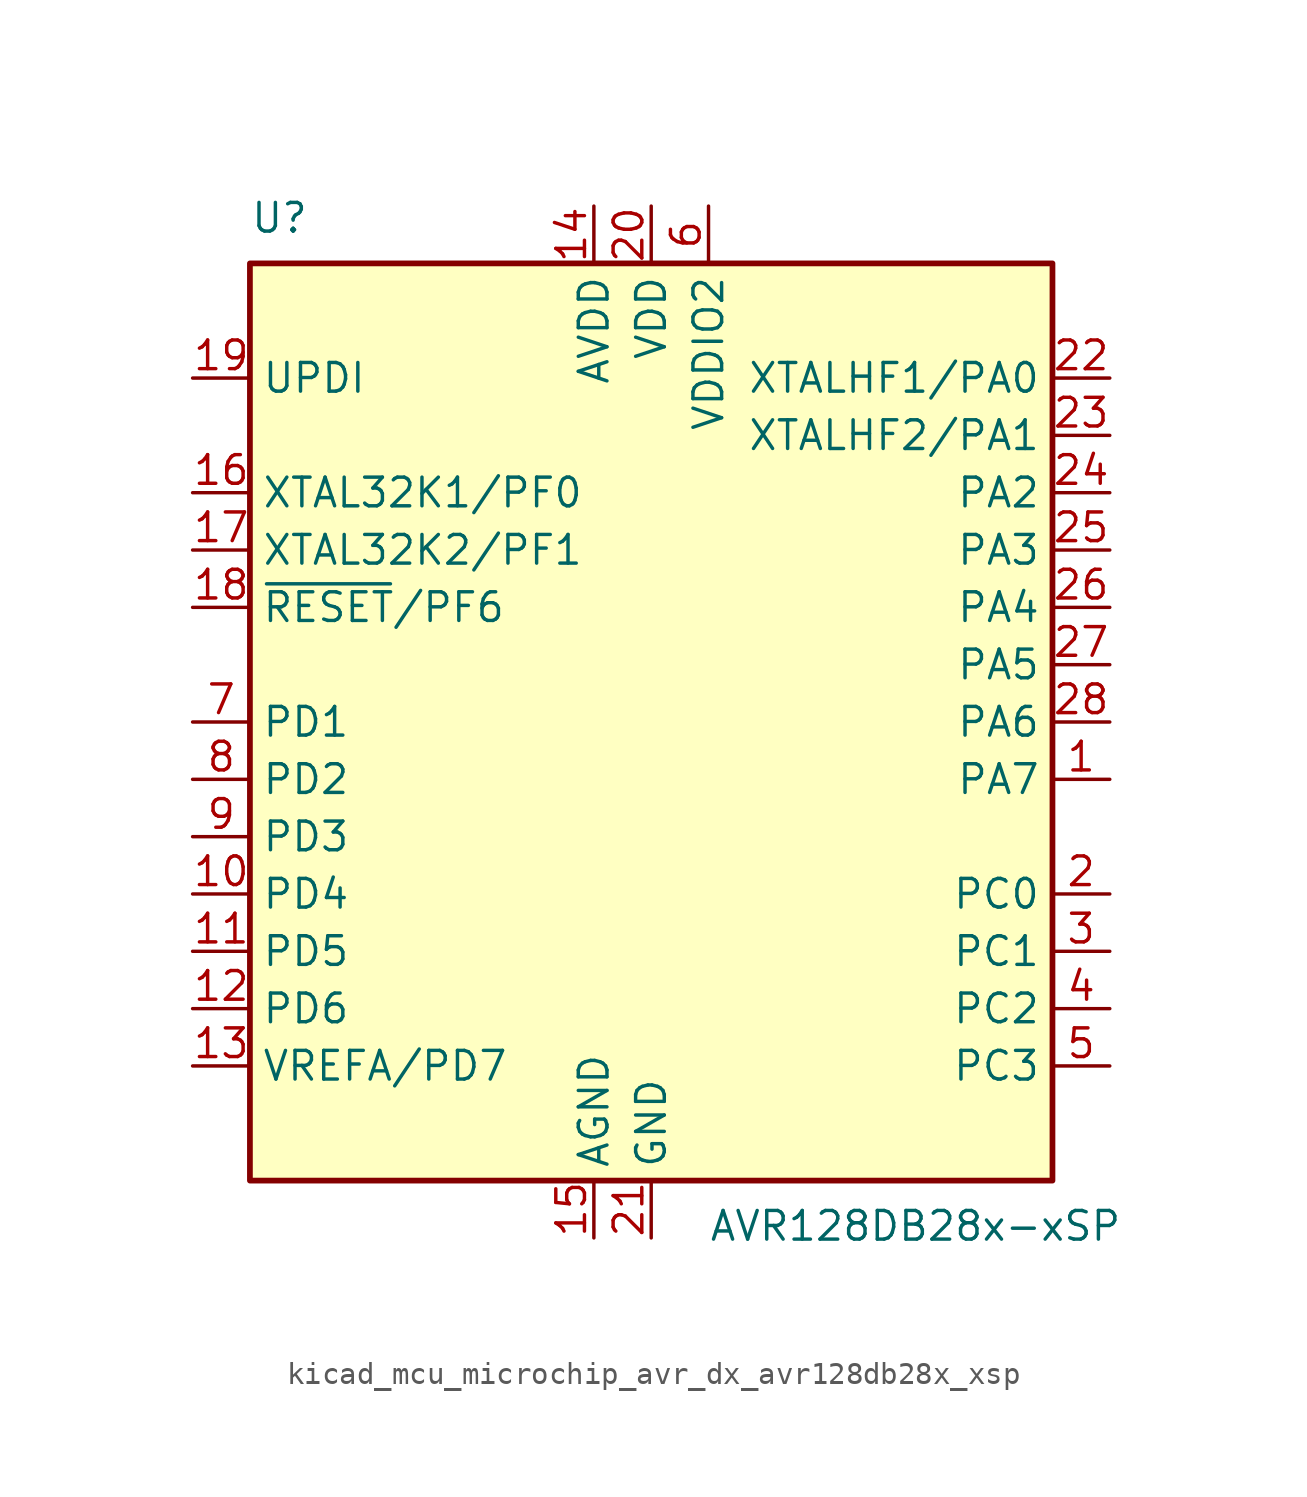
<source format=kicad_sym>
(kicad_symbol_lib
  (version 20220914)
  (generator kicad_symbol_editor)
  (symbol "kicad_mcu_microchip_avr_dx_avr128db28x_xsp"
    (property "Reference" "U"
      (at -17.78 21.59 0)
      (effects (font (size 1.27 1.27)) (justify left bottom)))
    (property "Value" "AVR128DB28x-xSP"
      (at 2.54 -21.59 0)
      (effects (font (size 1.27 1.27)) (justify left top)))
    (symbol "kicad_mcu_microchip_avr_dx_avr128db28x_xsp_0_1"
      (rectangle (start -17.78 20.32) (end 17.78 -20.32) (stroke (width 0.254) (type default)) (fill (type background))))
    (symbol "kicad_mcu_microchip_avr_dx_avr128db28x_xsp_1_1"
      (pin bidirectional line (at 20.32 -2.54 180) (length 2.54) (name "PA7" (effects (font (size 1.27 1.27)))) (number "1" (effects (font (size 1.27 1.27)))))
      (pin bidirectional line (at -20.32 -7.62 0) (length 2.54) (name "PD4" (effects (font (size 1.27 1.27)))) (number "10" (effects (font (size 1.27 1.27)))))
      (pin bidirectional line (at -20.32 -10.16 0) (length 2.54) (name "PD5" (effects (font (size 1.27 1.27)))) (number "11" (effects (font (size 1.27 1.27)))))
      (pin bidirectional line (at -20.32 -12.7 0) (length 2.54) (name "PD6" (effects (font (size 1.27 1.27)))) (number "12" (effects (font (size 1.27 1.27)))))
      (pin bidirectional line (at -20.32 -15.24 0) (length 2.54) (name "VREFA/PD7" (effects (font (size 1.27 1.27)))) (number "13" (effects (font (size 1.27 1.27)))))
      (pin power_in line (at -2.54 22.86 270) (length 2.54) (name "AVDD" (effects (font (size 1.27 1.27)))) (number "14" (effects (font (size 1.27 1.27)))))
      (pin power_in line (at -2.54 -22.86 90) (length 2.54) (name "AGND" (effects (font (size 1.27 1.27)))) (number "15" (effects (font (size 1.27 1.27)))))
      (pin bidirectional line (at -20.32 10.16 0) (length 2.54) (name "XTAL32K1/PF0" (effects (font (size 1.27 1.27)))) (number "16" (effects (font (size 1.27 1.27)))))
      (pin bidirectional line (at -20.32 7.62 0) (length 2.54) (name "XTAL32K2/PF1" (effects (font (size 1.27 1.27)))) (number "17" (effects (font (size 1.27 1.27)))))
      (pin bidirectional line (at -20.32 5.08 0) (length 2.54) (name "~{RESET}/PF6" (effects (font (size 1.27 1.27)))) (number "18" (effects (font (size 1.27 1.27)))))
      (pin input line (at -20.32 15.24 0) (length 2.54) (name "UPDI" (effects (font (size 1.27 1.27)))) (number "19" (effects (font (size 1.27 1.27)))))
      (pin bidirectional line (at 20.32 -7.62 180) (length 2.54) (name "PC0" (effects (font (size 1.27 1.27)))) (number "2" (effects (font (size 1.27 1.27)))))
      (pin power_in line (at 0 22.86 270) (length 2.54) (name "VDD" (effects (font (size 1.27 1.27)))) (number "20" (effects (font (size 1.27 1.27)))))
      (pin power_in line (at 0 -22.86 90) (length 2.54) (name "GND" (effects (font (size 1.27 1.27)))) (number "21" (effects (font (size 1.27 1.27)))))
      (pin bidirectional line (at 20.32 15.24 180) (length 2.54) (name "XTALHF1/PA0" (effects (font (size 1.27 1.27)))) (number "22" (effects (font (size 1.27 1.27)))))
      (pin bidirectional line (at 20.32 12.7 180) (length 2.54) (name "XTALHF2/PA1" (effects (font (size 1.27 1.27)))) (number "23" (effects (font (size 1.27 1.27)))))
      (pin bidirectional line (at 20.32 10.16 180) (length 2.54) (name "PA2" (effects (font (size 1.27 1.27)))) (number "24" (effects (font (size 1.27 1.27)))))
      (pin bidirectional line (at 20.32 7.62 180) (length 2.54) (name "PA3" (effects (font (size 1.27 1.27)))) (number "25" (effects (font (size 1.27 1.27)))))
      (pin bidirectional line (at 20.32 5.08 180) (length 2.54) (name "PA4" (effects (font (size 1.27 1.27)))) (number "26" (effects (font (size 1.27 1.27)))))
      (pin bidirectional line (at 20.32 2.54 180) (length 2.54) (name "PA5" (effects (font (size 1.27 1.27)))) (number "27" (effects (font (size 1.27 1.27)))))
      (pin bidirectional line (at 20.32 0 180) (length 2.54) (name "PA6" (effects (font (size 1.27 1.27)))) (number "28" (effects (font (size 1.27 1.27)))))
      (pin bidirectional line (at 20.32 -10.16 180) (length 2.54) (name "PC1" (effects (font (size 1.27 1.27)))) (number "3" (effects (font (size 1.27 1.27)))))
      (pin bidirectional line (at 20.32 -12.7 180) (length 2.54) (name "PC2" (effects (font (size 1.27 1.27)))) (number "4" (effects (font (size 1.27 1.27)))))
      (pin bidirectional line (at 20.32 -15.24 180) (length 2.54) (name "PC3" (effects (font (size 1.27 1.27)))) (number "5" (effects (font (size 1.27 1.27)))))
      (pin power_in line (at 2.54 22.86 270) (length 2.54) (name "VDDIO2" (effects (font (size 1.27 1.27)))) (number "6" (effects (font (size 1.27 1.27)))))
      (pin bidirectional line (at -20.32 0 0) (length 2.54) (name "PD1" (effects (font (size 1.27 1.27)))) (number "7" (effects (font (size 1.27 1.27)))))
      (pin bidirectional line (at -20.32 -2.54 0) (length 2.54) (name "PD2" (effects (font (size 1.27 1.27)))) (number "8" (effects (font (size 1.27 1.27)))))
      (pin bidirectional line (at -20.32 -5.08 0) (length 2.54) (name "PD3" (effects (font (size 1.27 1.27)))) (number "9" (effects (font (size 1.27 1.27))))))))
</source>
